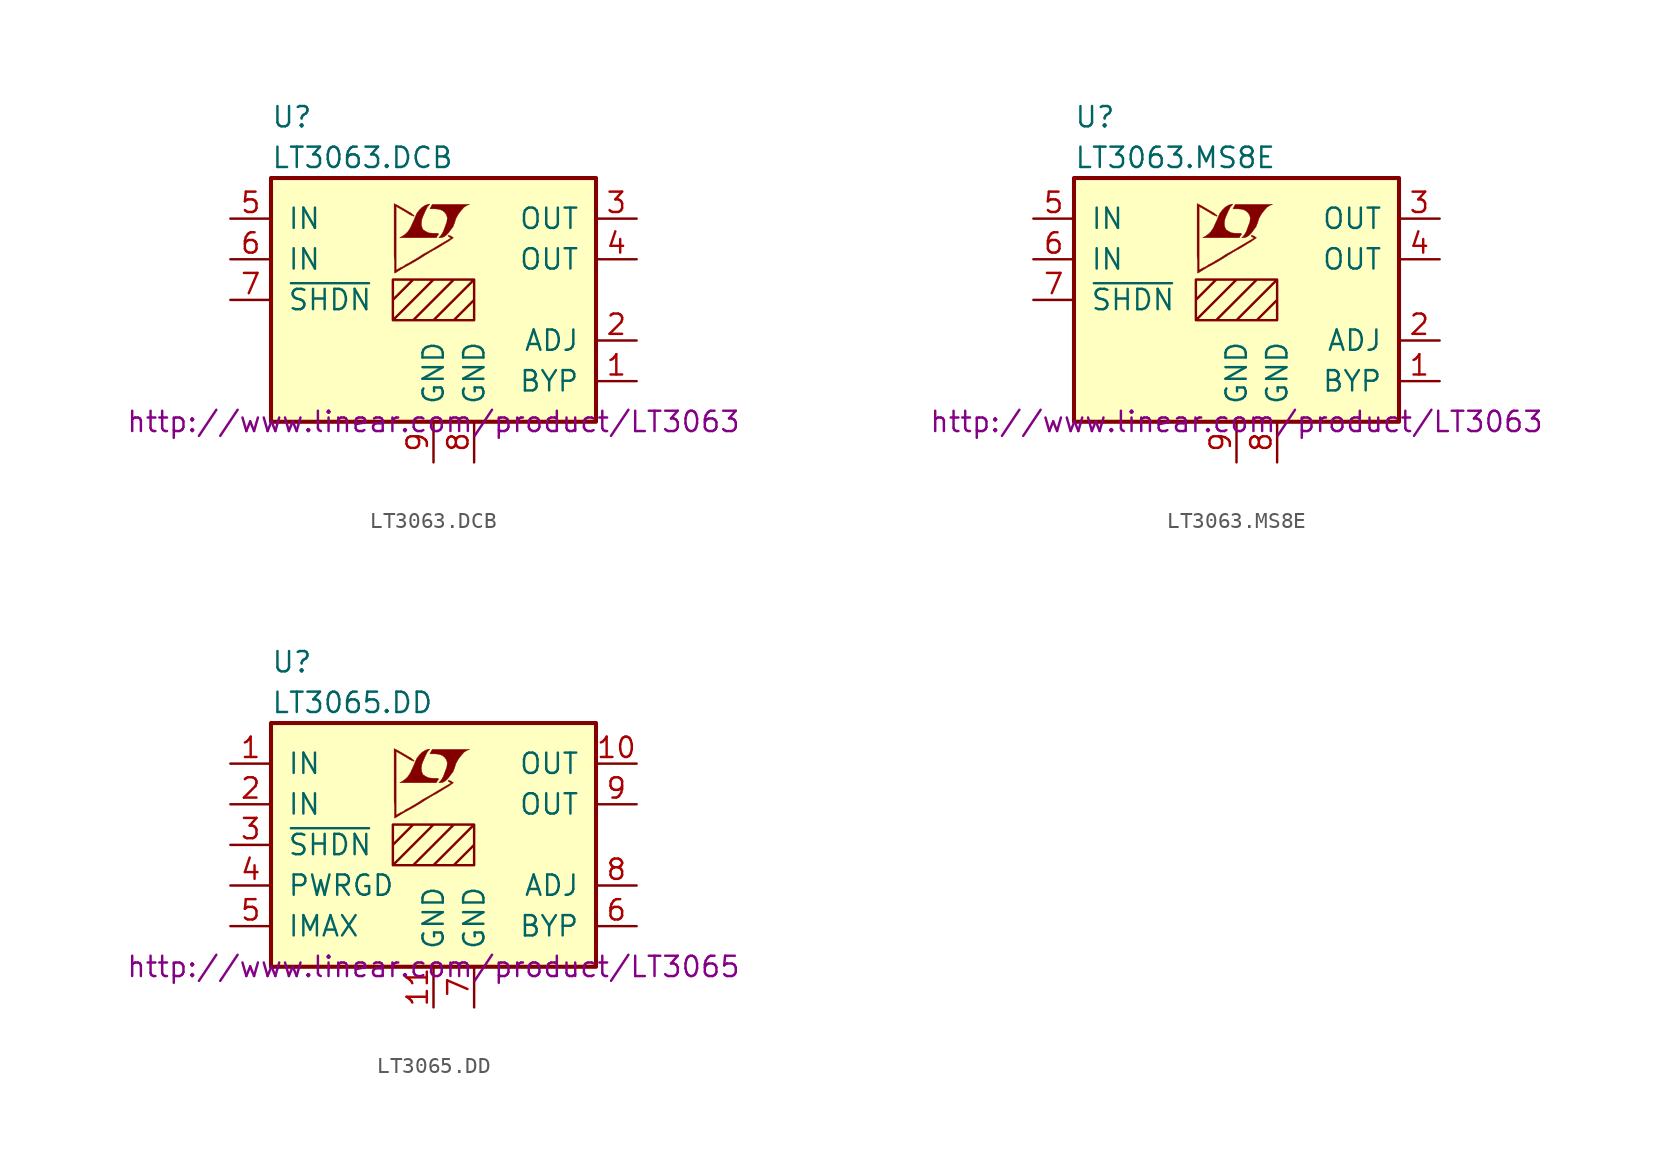
<source format=kicad_sym>
(kicad_symbol_lib
  (version 20201005)
  (generator kicad_symbol_editor)
  (symbol "LT3063.DCB"
    (pin_names
      (offset 1.016))
    (property "Reference" "U"
      (at -10.16 11.43 0)
      (effects (font (size 1.27 1.27)) (justify left)))
    (property "Value" "LT3063.DCB"
      (at -10.16 8.89 0)
      (effects (font (size 1.27 1.27)) (justify left)))
    (property "Datasheet" "http://www.linear.com/product/LT3063"
      (at 0 -7.62 0)
      (effects (font (size 1.27 1.27))))
    (symbol "LT3063.DCB_0_0"
      (polyline (pts (xy 0.584 3.912) (xy 0.762 4.013) (xy 0.914 4.166) (xy 1.219 4.572) (xy 1.321 4.826) (xy 1.397 5.08) (xy 1.549 5.359) (xy 1.727 5.588) (xy 1.905 5.791) (xy 2.108 5.918) (xy 2.261 5.969) (xy -0.076 5.969) (xy -0.152 5.842) (xy -0.152 5.817) (xy -0.203 5.74) (xy -0.229 5.715) (xy -0.178 5.69) (xy 0.102 5.69) (xy 0.356 5.664) (xy 0.559 5.588) (xy 0.711 5.461) (xy 0.813 5.309) (xy 0.864 5.131) (xy 0.838 4.902) (xy 0.838 4.877) (xy 0.61 4.267) (xy 0.508 4.089) (xy 0.406 3.962) (xy 0.33 3.886) (xy 0.432 3.886) (xy 0.584 3.912)) (stroke (width 0.025)) (fill (type outline)))
      (polyline (pts (xy 0.229 3.988) (xy 0.254 4.013) (xy 0.305 4.089) (xy 0.305 4.14) (xy 0.254 4.166) (xy -0.051 4.166) (xy -0.305 4.191) (xy -0.508 4.293) (xy -0.66 4.394) (xy -0.737 4.572) (xy -0.762 4.75) (xy -0.737 4.978) (xy -0.737 5.004) (xy -0.686 5.156) (xy -0.533 5.512) (xy -0.381 5.817) (xy -0.305 5.893) (xy -0.229 5.994) (xy -0.356 5.969) (xy -0.508 5.918) (xy -0.711 5.791) (xy -0.889 5.613) (xy -1.041 5.41) (xy -1.168 5.131) (xy -1.168 5.105) (xy -1.321 4.775) (xy -1.448 4.496) (xy -1.6 4.267) (xy -1.753 4.115) (xy -1.93 3.988) (xy -2.108 3.886) (xy 0.178 3.886) (xy 0.229 3.988)) (stroke (width 0.025)) (fill (type outline)))
      (polyline (pts (xy -2.362 1.702) (xy -2.286 1.753) (xy -2.159 1.829) (xy -2.083 1.88) (xy -1.829 2.032) (xy -1.27 2.337) (xy -0.762 2.642) (xy -0.533 2.794) (xy -0.356 2.896) (xy -0.203 2.997) (xy -0.102 3.048) (xy -0.025 3.099) (xy 0.127 3.175) (xy 0.305 3.277) (xy 0.711 3.531) (xy 0.889 3.632) (xy 1.041 3.734) (xy 1.143 3.81) (xy 1.219 3.861) (xy 1.245 3.886) (xy 1.092 3.988) (xy 0.94 4.039) (xy 0.914 4.013) (xy 0.914 3.988) (xy 0.991 3.937) (xy 1.092 3.861) (xy 0.178 3.327) (xy -0.025 3.2) (xy -0.33 3.023) (xy -0.66 2.845) (xy -0.965 2.642) (xy -1.27 2.464) (xy -1.524 2.311) (xy -1.727 2.21) (xy -1.905 2.083) (xy -2.083 2.007) (xy -2.21 1.93) (xy -2.311 1.88) (xy -2.337 1.854) (xy -2.337 5.842) (xy -1.803 5.537) (xy -1.676 5.461) (xy -1.524 5.359) (xy -1.372 5.283) (xy -1.295 5.258) (xy -1.245 5.232) (xy -1.219 5.232) (xy -1.219 5.283) (xy -1.295 5.334) (xy -1.422 5.436) (xy -1.6 5.537) (xy -1.727 5.613) (xy -2.083 5.817) (xy -2.21 5.893) (xy -2.464 6.02) (xy -2.464 2.743) (xy -2.438 2.438) (xy -2.438 1.676) (xy -2.413 1.676) (xy -2.362 1.702)) (stroke (width 0.025)) (fill (type outline))))
    (symbol "LT3063.DCB_0_1"
      (rectangle (start -10.16 7.62) (end 10.16 -7.62) (stroke (width 0.254)) (fill (type background)))
      (polyline (pts (xy -2.54 0) (xy -1.27 1.27) (xy 0 1.27) (xy -2.54 -1.27) (xy -1.27 -1.27) (xy 1.27 1.27) (xy 2.54 1.27) (xy 0 -1.27) (xy 1.27 -1.27) (xy 2.54 0) (xy 2.54 -1.27) (xy -2.54 -1.27) (xy -2.54 1.27) (xy 2.54 1.27) (xy 2.54 -1.27)) (stroke (width 0)) (fill (type none))))
    (symbol "LT3063.DCB_1_1"
      (pin passive line (at 12.7 -5.08 180) (length 2.54) (name "BYP" (effects (font (size 1.27 1.27)))) (number "1" (effects (font (size 1.27 1.27)))))
      (pin passive line (at 12.7 -2.54 180) (length 2.54) (name "ADJ" (effects (font (size 1.27 1.27)))) (number "2" (effects (font (size 1.27 1.27)))))
      (pin power_out line (at 12.7 5.08 180) (length 2.54) (name "OUT" (effects (font (size 1.27 1.27)))) (number "3" (effects (font (size 1.27 1.27)))))
      (pin power_out line (at 12.7 2.54 180) (length 2.54) (name "OUT" (effects (font (size 1.27 1.27)))) (number "4" (effects (font (size 1.27 1.27)))))
      (pin power_in line (at -12.7 5.08 0) (length 2.54) (name "IN" (effects (font (size 1.27 1.27)))) (number "5" (effects (font (size 1.27 1.27)))))
      (pin power_in line (at -12.7 2.54 0) (length 2.54) (name "IN" (effects (font (size 1.27 1.27)))) (number "6" (effects (font (size 1.27 1.27)))))
      (pin input line (at -12.7 0 0) (length 2.54) (name "~SHDN~" (effects (font (size 1.27 1.27)))) (number "7" (effects (font (size 1.27 1.27)))))
      (pin power_in line (at 2.54 -10.16 90) (length 2.54) (name "GND" (effects (font (size 1.27 1.27)))) (number "8" (effects (font (size 1.27 1.27)))))
      (pin power_in line (at 0 -10.16 90) (length 2.54) (name "GND" (effects (font (size 1.27 1.27)))) (number "9" (effects (font (size 1.27 1.27)))))))
  (symbol "LT3063.MS8E"
    (pin_names
      (offset 1.016))
    (property "Reference" "U"
      (at -10.16 11.43 0)
      (effects (font (size 1.27 1.27)) (justify left)))
    (property "Value" "LT3063.MS8E"
      (at -10.16 8.89 0)
      (effects (font (size 1.27 1.27)) (justify left)))
    (property "Datasheet" "http://www.linear.com/product/LT3063"
      (at 0 -7.62 0)
      (effects (font (size 1.27 1.27))))
    (symbol "LT3063.MS8E_0_0"
      (polyline (pts (xy 0.584 3.912) (xy 0.762 4.013) (xy 0.914 4.166) (xy 1.219 4.572) (xy 1.321 4.826) (xy 1.397 5.08) (xy 1.549 5.359) (xy 1.727 5.588) (xy 1.905 5.791) (xy 2.108 5.918) (xy 2.261 5.969) (xy -0.076 5.969) (xy -0.152 5.842) (xy -0.152 5.817) (xy -0.203 5.74) (xy -0.229 5.715) (xy -0.178 5.69) (xy 0.102 5.69) (xy 0.356 5.664) (xy 0.559 5.588) (xy 0.711 5.461) (xy 0.813 5.309) (xy 0.864 5.131) (xy 0.838 4.902) (xy 0.838 4.877) (xy 0.61 4.267) (xy 0.508 4.089) (xy 0.406 3.962) (xy 0.33 3.886) (xy 0.432 3.886) (xy 0.584 3.912)) (stroke (width 0.025)) (fill (type outline)))
      (polyline (pts (xy 0.229 3.988) (xy 0.254 4.013) (xy 0.305 4.089) (xy 0.305 4.14) (xy 0.254 4.166) (xy -0.051 4.166) (xy -0.305 4.191) (xy -0.508 4.293) (xy -0.66 4.394) (xy -0.737 4.572) (xy -0.762 4.75) (xy -0.737 4.978) (xy -0.737 5.004) (xy -0.686 5.156) (xy -0.533 5.512) (xy -0.381 5.817) (xy -0.305 5.893) (xy -0.229 5.994) (xy -0.356 5.969) (xy -0.508 5.918) (xy -0.711 5.791) (xy -0.889 5.613) (xy -1.041 5.41) (xy -1.168 5.131) (xy -1.168 5.105) (xy -1.321 4.775) (xy -1.448 4.496) (xy -1.6 4.267) (xy -1.753 4.115) (xy -1.93 3.988) (xy -2.108 3.886) (xy 0.178 3.886) (xy 0.229 3.988)) (stroke (width 0.025)) (fill (type outline)))
      (polyline (pts (xy -2.362 1.702) (xy -2.286 1.753) (xy -2.159 1.829) (xy -2.083 1.88) (xy -1.829 2.032) (xy -1.27 2.337) (xy -0.762 2.642) (xy -0.533 2.794) (xy -0.356 2.896) (xy -0.203 2.997) (xy -0.102 3.048) (xy -0.025 3.099) (xy 0.127 3.175) (xy 0.305 3.277) (xy 0.711 3.531) (xy 0.889 3.632) (xy 1.041 3.734) (xy 1.143 3.81) (xy 1.219 3.861) (xy 1.245 3.886) (xy 1.092 3.988) (xy 0.94 4.039) (xy 0.914 4.013) (xy 0.914 3.988) (xy 0.991 3.937) (xy 1.092 3.861) (xy 0.178 3.327) (xy -0.025 3.2) (xy -0.33 3.023) (xy -0.66 2.845) (xy -0.965 2.642) (xy -1.27 2.464) (xy -1.524 2.311) (xy -1.727 2.21) (xy -1.905 2.083) (xy -2.083 2.007) (xy -2.21 1.93) (xy -2.311 1.88) (xy -2.337 1.854) (xy -2.337 5.842) (xy -1.803 5.537) (xy -1.676 5.461) (xy -1.524 5.359) (xy -1.372 5.283) (xy -1.295 5.258) (xy -1.245 5.232) (xy -1.219 5.232) (xy -1.219 5.283) (xy -1.295 5.334) (xy -1.422 5.436) (xy -1.6 5.537) (xy -1.727 5.613) (xy -2.083 5.817) (xy -2.21 5.893) (xy -2.464 6.02) (xy -2.464 2.743) (xy -2.438 2.438) (xy -2.438 1.676) (xy -2.413 1.676) (xy -2.362 1.702)) (stroke (width 0.025)) (fill (type outline))))
    (symbol "LT3063.MS8E_0_1"
      (rectangle (start -10.16 7.62) (end 10.16 -7.62) (stroke (width 0.254)) (fill (type background)))
      (polyline (pts (xy -1.27 1.27) (xy -2.54 0) (xy -2.54 -1.27) (xy 0 1.27) (xy 1.27 1.27) (xy -1.27 -1.27) (xy 0 -1.27) (xy 2.54 1.27) (xy 2.54 0) (xy 1.27 -1.27) (xy 2.54 -1.27) (xy 2.54 1.27) (xy -2.54 1.27) (xy -2.54 -1.27) (xy 2.54 -1.27)) (stroke (width 0)) (fill (type none))))
    (symbol "LT3063.MS8E_1_1"
      (pin passive line (at 12.7 -5.08 180) (length 2.54) (name "BYP" (effects (font (size 1.27 1.27)))) (number "1" (effects (font (size 1.27 1.27)))))
      (pin passive line (at 12.7 -2.54 180) (length 2.54) (name "ADJ" (effects (font (size 1.27 1.27)))) (number "2" (effects (font (size 1.27 1.27)))))
      (pin power_out line (at 12.7 5.08 180) (length 2.54) (name "OUT" (effects (font (size 1.27 1.27)))) (number "3" (effects (font (size 1.27 1.27)))))
      (pin power_out line (at 12.7 2.54 180) (length 2.54) (name "OUT" (effects (font (size 1.27 1.27)))) (number "4" (effects (font (size 1.27 1.27)))))
      (pin power_in line (at -12.7 5.08 0) (length 2.54) (name "IN" (effects (font (size 1.27 1.27)))) (number "5" (effects (font (size 1.27 1.27)))))
      (pin power_in line (at -12.7 2.54 0) (length 2.54) (name "IN" (effects (font (size 1.27 1.27)))) (number "6" (effects (font (size 1.27 1.27)))))
      (pin input line (at -12.7 0 0) (length 2.54) (name "~SHDN~" (effects (font (size 1.27 1.27)))) (number "7" (effects (font (size 1.27 1.27)))))
      (pin power_in line (at 2.54 -10.16 90) (length 2.54) (name "GND" (effects (font (size 1.27 1.27)))) (number "8" (effects (font (size 1.27 1.27)))))
      (pin power_in line (at 0 -10.16 90) (length 2.54) (name "GND" (effects (font (size 1.27 1.27)))) (number "9" (effects (font (size 1.27 1.27)))))))
  (symbol "LT3065.DD"
    (pin_names
      (offset 1.016))
    (property "Reference" "U"
      (at -10.16 11.43 0)
      (effects (font (size 1.27 1.27)) (justify left)))
    (property "Value" "LT3065.DD"
      (at -10.16 8.89 0)
      (effects (font (size 1.27 1.27)) (justify left)))
    (property "Datasheet" "http://www.linear.com/product/LT3065"
      (at 0 -7.62 0)
      (effects (font (size 1.27 1.27))))
    (symbol "LT3065.DD_0_0"
      (polyline (pts (xy 0.584 3.912) (xy 0.762 4.013) (xy 0.914 4.166) (xy 1.219 4.572) (xy 1.321 4.826) (xy 1.397 5.08) (xy 1.549 5.359) (xy 1.727 5.588) (xy 1.905 5.791) (xy 2.108 5.918) (xy 2.261 5.969) (xy -0.076 5.969) (xy -0.152 5.842) (xy -0.152 5.817) (xy -0.203 5.74) (xy -0.229 5.715) (xy -0.178 5.69) (xy 0.102 5.69) (xy 0.356 5.664) (xy 0.559 5.588) (xy 0.711 5.461) (xy 0.813 5.309) (xy 0.864 5.131) (xy 0.838 4.902) (xy 0.838 4.877) (xy 0.61 4.267) (xy 0.508 4.089) (xy 0.406 3.962) (xy 0.33 3.886) (xy 0.432 3.886) (xy 0.584 3.912)) (stroke (width 0.025)) (fill (type outline)))
      (polyline (pts (xy 0.229 3.988) (xy 0.254 4.013) (xy 0.305 4.089) (xy 0.305 4.14) (xy 0.254 4.166) (xy -0.051 4.166) (xy -0.305 4.191) (xy -0.508 4.293) (xy -0.66 4.394) (xy -0.737 4.572) (xy -0.762 4.75) (xy -0.737 4.978) (xy -0.737 5.004) (xy -0.686 5.156) (xy -0.533 5.512) (xy -0.381 5.817) (xy -0.305 5.893) (xy -0.229 5.994) (xy -0.356 5.969) (xy -0.508 5.918) (xy -0.711 5.791) (xy -0.889 5.613) (xy -1.041 5.41) (xy -1.168 5.131) (xy -1.168 5.105) (xy -1.321 4.775) (xy -1.448 4.496) (xy -1.6 4.267) (xy -1.753 4.115) (xy -1.93 3.988) (xy -2.108 3.886) (xy 0.178 3.886) (xy 0.229 3.988)) (stroke (width 0.025)) (fill (type outline)))
      (polyline (pts (xy -2.362 1.702) (xy -2.286 1.753) (xy -2.159 1.829) (xy -2.083 1.88) (xy -1.829 2.032) (xy -1.27 2.337) (xy -0.762 2.642) (xy -0.533 2.794) (xy -0.356 2.896) (xy -0.203 2.997) (xy -0.102 3.048) (xy -0.025 3.099) (xy 0.127 3.175) (xy 0.305 3.277) (xy 0.711 3.531) (xy 0.889 3.632) (xy 1.041 3.734) (xy 1.143 3.81) (xy 1.219 3.861) (xy 1.245 3.886) (xy 1.092 3.988) (xy 0.94 4.039) (xy 0.914 4.013) (xy 0.914 3.988) (xy 0.991 3.937) (xy 1.092 3.861) (xy 0.178 3.327) (xy -0.025 3.2) (xy -0.33 3.023) (xy -0.66 2.845) (xy -0.965 2.642) (xy -1.27 2.464) (xy -1.524 2.311) (xy -1.727 2.21) (xy -1.905 2.083) (xy -2.083 2.007) (xy -2.21 1.93) (xy -2.311 1.88) (xy -2.337 1.854) (xy -2.337 5.842) (xy -1.803 5.537) (xy -1.676 5.461) (xy -1.524 5.359) (xy -1.372 5.283) (xy -1.295 5.258) (xy -1.245 5.232) (xy -1.219 5.232) (xy -1.219 5.283) (xy -1.295 5.334) (xy -1.422 5.436) (xy -1.6 5.537) (xy -1.727 5.613) (xy -2.083 5.817) (xy -2.21 5.893) (xy -2.464 6.02) (xy -2.464 2.743) (xy -2.438 2.438) (xy -2.438 1.676) (xy -2.413 1.676) (xy -2.362 1.702)) (stroke (width 0.025)) (fill (type outline))))
    (symbol "LT3065.DD_0_1"
      (rectangle (start -10.16 7.62) (end 10.16 -7.62) (stroke (width 0.254)) (fill (type background)))
      (polyline (pts (xy -2.54 0) (xy -1.27 1.27) (xy 0 1.27) (xy -2.54 -1.27) (xy -1.27 -1.27) (xy 1.27 1.27) (xy 2.54 1.27) (xy 0 -1.27) (xy 1.27 -1.27) (xy 2.54 0) (xy 2.54 -1.27) (xy -2.54 -1.27) (xy -2.54 1.27) (xy 2.54 1.27) (xy 2.54 -1.27)) (stroke (width 0)) (fill (type none))))
    (symbol "LT3065.DD_1_1"
      (pin power_in line (at -12.7 5.08 0) (length 2.54) (name "IN" (effects (font (size 1.27 1.27)))) (number "1" (effects (font (size 1.27 1.27)))))
      (pin power_out line (at 12.7 5.08 180) (length 2.54) (name "OUT" (effects (font (size 1.27 1.27)))) (number "10" (effects (font (size 1.27 1.27)))))
      (pin power_in line (at 0 -10.16 90) (length 2.54) (name "GND" (effects (font (size 1.27 1.27)))) (number "11" (effects (font (size 1.27 1.27)))))
      (pin power_in line (at -12.7 2.54 0) (length 2.54) (name "IN" (effects (font (size 1.27 1.27)))) (number "2" (effects (font (size 1.27 1.27)))))
      (pin input line (at -12.7 0 0) (length 2.54) (name "~SHDN~" (effects (font (size 1.27 1.27)))) (number "3" (effects (font (size 1.27 1.27)))))
      (pin open_collector line (at -12.7 -2.54 0) (length 2.54) (name "PWRGD" (effects (font (size 1.27 1.27)))) (number "4" (effects (font (size 1.27 1.27)))))
      (pin passive line (at -12.7 -5.08 0) (length 2.54) (name "IMAX" (effects (font (size 1.27 1.27)))) (number "5" (effects (font (size 1.27 1.27)))))
      (pin passive line (at 12.7 -5.08 180) (length 2.54) (name "BYP" (effects (font (size 1.27 1.27)))) (number "6" (effects (font (size 1.27 1.27)))))
      (pin power_in line (at 2.54 -10.16 90) (length 2.54) (name "GND" (effects (font (size 1.27 1.27)))) (number "7" (effects (font (size 1.27 1.27)))))
      (pin passive line (at 12.7 -2.54 180) (length 2.54) (name "ADJ" (effects (font (size 1.27 1.27)))) (number "8" (effects (font (size 1.27 1.27)))))
      (pin power_out line (at 12.7 2.54 180) (length 2.54) (name "OUT" (effects (font (size 1.27 1.27)))) (number "9" (effects (font (size 1.27 1.27))))))))
</source>
